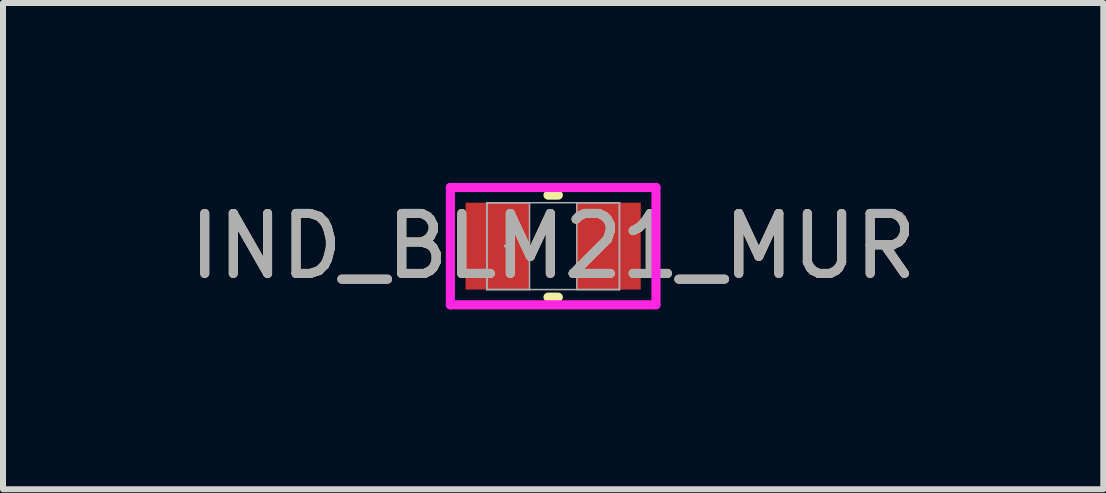
<source format=kicad_pcb>
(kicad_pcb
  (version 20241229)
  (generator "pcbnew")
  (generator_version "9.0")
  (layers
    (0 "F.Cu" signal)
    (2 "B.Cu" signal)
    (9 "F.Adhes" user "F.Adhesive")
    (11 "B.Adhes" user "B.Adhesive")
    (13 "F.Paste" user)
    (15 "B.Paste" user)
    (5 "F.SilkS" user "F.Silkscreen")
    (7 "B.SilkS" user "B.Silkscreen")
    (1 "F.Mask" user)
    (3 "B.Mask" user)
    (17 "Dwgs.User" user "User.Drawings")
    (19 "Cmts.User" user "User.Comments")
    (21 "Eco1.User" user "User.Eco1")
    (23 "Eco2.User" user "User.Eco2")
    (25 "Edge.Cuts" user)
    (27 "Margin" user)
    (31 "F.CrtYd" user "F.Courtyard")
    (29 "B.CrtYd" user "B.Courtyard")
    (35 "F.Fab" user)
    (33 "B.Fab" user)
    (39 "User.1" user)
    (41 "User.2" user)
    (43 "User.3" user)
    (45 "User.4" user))
  (footprint "IND_BLM21_MUR"
    (layer "F.Cu")
    (at 6.173 1.054)
    (property "Reference" "IND_BLM21_MUR" (at 0 0 0) (unlocked yes) (layer "F.SilkS") (effects (font (size 1 1) (thickness 0.15))))
    (attr smd)
    (fp_line (start -0.086 0.851) (end 0.086 0.851) (stroke (width 0.152) (type solid)) (layer "F.SilkS"))
    (fp_line (start 0.086 -0.851) (end -0.086 -0.851) (stroke (width 0.152) (type solid)) (layer "F.SilkS"))
    (fp_line (start -1.714 -0.978) (end 1.714 -0.978) (stroke (width 0.152) (type solid)) (layer "F.CrtYd"))
    (fp_line (start -1.714 0.978) (end -1.714 -0.978) (stroke (width 0.152) (type solid)) (layer "F.CrtYd"))
    (fp_line (start 1.714 -0.978) (end 1.714 0.978) (stroke (width 0.152) (type solid)) (layer "F.CrtYd"))
    (fp_line (start 1.714 0.978) (end -1.714 0.978) (stroke (width 0.152) (type solid)) (layer "F.CrtYd"))
    (fp_line (start -1.105 -0.724) (end -1.105 0.724) (stroke (width 0.025) (type solid)) (layer "F.Fab"))
    (fp_line (start -1.105 -0.724) (end -1.105 0.724) (stroke (width 0.025) (type solid)) (layer "F.Fab"))
    (fp_line (start -1.105 0.724) (end -0.394 0.724) (stroke (width 0.025) (type solid)) (layer "F.Fab"))
    (fp_line (start -1.105 0.724) (end 1.105 0.724) (stroke (width 0.025) (type solid)) (layer "F.Fab"))
    (fp_line (start -0.394 -0.724) (end -1.105 -0.724) (stroke (width 0.025) (type solid)) (layer "F.Fab"))
    (fp_line (start -0.394 0.724) (end -0.394 -0.724) (stroke (width 0.025) (type solid)) (layer "F.Fab"))
    (fp_line (start 0.394 -0.724) (end 0.394 0.724) (stroke (width 0.025) (type solid)) (layer "F.Fab"))
    (fp_line (start 0.394 0.724) (end 1.105 0.724) (stroke (width 0.025) (type solid)) (layer "F.Fab"))
    (fp_line (start 1.105 -0.724) (end -1.105 -0.724) (stroke (width 0.025) (type solid)) (layer "F.Fab"))
    (fp_line (start 1.105 -0.724) (end 0.394 -0.724) (stroke (width 0.025) (type solid)) (layer "F.Fab"))
    (fp_line (start 1.105 0.724) (end 1.105 -0.724) (stroke (width 0.025) (type solid)) (layer "F.Fab"))
    (fp_line (start 1.105 0.724) (end 1.105 -0.724) (stroke (width 0.025) (type solid)) (layer "F.Fab"))
    (fp_circle (center -0.8 0) (end -0.8 0) (stroke (width 0.025) (type solid)) (fill no) (layer "F.Fab"))
    (fp_text user "${REFERENCE}" (at 0 0 0) (unlocked yes) (layer "F.Fab") (effects (font (size 1 1) (thickness 0.15))))
    (pad "1" smd rect (at -0.927 0) (size 1.067 1.448) (layers "F.Cu" "F.Mask" "F.Paste"))
    (pad "2" smd rect (at 0.927 0) (size 1.067 1.448) (layers "F.Cu" "F.Mask" "F.Paste"))
    (zone (net_name "") (layer "F.Cu") (hatch full 0.508) (connect_pads) (min_thickness 0.254) (filled_areas_thickness no) (keepout (tracks not_allowed) (vias not_allowed) (pads allowed) (copperpour not_allowed) (footprints allowed)) (placement (enabled no)) (fill) (polygon (pts (xy 5.83 0.381) (xy 6.516 0.381) (xy 6.516 1.727) (xy 5.83 1.727)))))
  (gr_rect
    (start -3 -3)
    (end 15.345 5.108)
    (stroke (width 0.1) (type default))
    (fill no)
    (layer "Edge.Cuts")))
</source>
